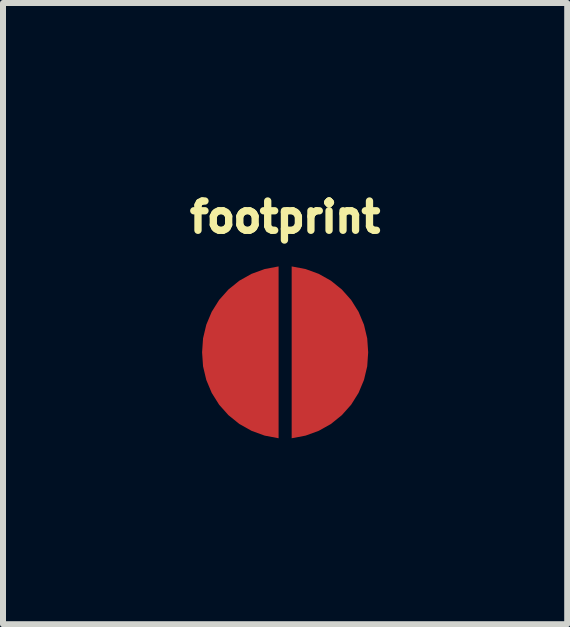
<source format=kicad_pcb>
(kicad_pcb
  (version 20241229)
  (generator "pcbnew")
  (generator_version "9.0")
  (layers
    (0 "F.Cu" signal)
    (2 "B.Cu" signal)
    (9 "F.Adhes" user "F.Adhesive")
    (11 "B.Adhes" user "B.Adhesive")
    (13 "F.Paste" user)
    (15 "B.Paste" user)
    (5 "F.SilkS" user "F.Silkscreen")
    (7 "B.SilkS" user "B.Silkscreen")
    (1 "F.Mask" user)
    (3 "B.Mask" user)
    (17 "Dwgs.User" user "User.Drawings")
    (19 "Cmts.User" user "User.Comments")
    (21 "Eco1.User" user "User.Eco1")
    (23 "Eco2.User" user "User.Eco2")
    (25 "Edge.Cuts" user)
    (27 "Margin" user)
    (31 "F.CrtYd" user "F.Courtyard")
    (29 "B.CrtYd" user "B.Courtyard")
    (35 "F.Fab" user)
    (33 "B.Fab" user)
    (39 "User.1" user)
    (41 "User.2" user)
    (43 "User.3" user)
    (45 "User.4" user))
  (footprint "footprint"
    (layer "F.Cu")
    (at 1.702 2.822)
    (property "Reference" "footprint" (at 0 -1.968 0) (layer "F.SilkS") (effects (font (size 0.488 0.488) (thickness 0.122)) (justify bottom)))
    (fp_poly (pts (xy -0.109 1.432) (xy -0.341 1.388) (xy -0.56 1.308) (xy -0.763 1.194) (xy -0.945 1.047) (xy -1.1 0.873) (xy -1.224 0.675) (xy -1.314 0.46) (xy -1.368 0.233) (xy -1.384 0) (xy -1.368 -0.233) (xy -1.314 -0.46) (xy -1.224 -0.675) (xy -1.1 -0.873) (xy -0.945 -1.047) (xy -0.763 -1.194) (xy -0.56 -1.308) (xy -0.341 -1.388) (xy -0.109 -1.432)) (stroke (width 0) (type solid)) (fill yes) (layer "F.Cu"))
    (fp_poly (pts (xy 0.341 -1.388) (xy 0.56 -1.308) (xy 0.763 -1.194) (xy 0.945 -1.047) (xy 1.1 -0.873) (xy 1.224 -0.675) (xy 1.314 -0.46) (xy 1.368 -0.233) (xy 1.384 0) (xy 1.368 0.233) (xy 1.314 0.46) (xy 1.224 0.675) (xy 1.1 0.873) (xy 0.945 1.047) (xy 0.763 1.194) (xy 0.56 1.308) (xy 0.341 1.388) (xy 0.109 1.432) (xy 0.109 -1.432)) (stroke (width 0) (type solid)) (fill yes) (layer "F.Cu"))
    (fp_poly (pts (xy 0.266 -1.507) (xy 0.524 -1.438) (xy 0.765 -1.326) (xy 0.984 -1.173) (xy 1.173 -0.984) (xy 1.326 -0.765) (xy 1.44 -0.519) (xy 1.531 -0.004) (xy 1.507 0.266) (xy 1.438 0.524) (xy 1.326 0.765) (xy 1.173 0.984) (xy 0.984 1.173) (xy 0.765 1.326) (xy 0.524 1.438) (xy 0.266 1.507) (xy 0 1.531) (xy -0.266 1.507) (xy -0.524 1.438) (xy -0.765 1.326) (xy -0.984 1.173) (xy -1.173 0.984) (xy -1.326 0.765) (xy -1.438 0.524) (xy -1.507 0.266) (xy -1.531 0) (xy -1.507 -0.266) (xy -1.438 -0.524) (xy -1.326 -0.765) (xy -1.173 -0.984) (xy -0.984 -1.173) (xy -0.765 -1.326) (xy -0.524 -1.438) (xy -0.266 -1.507) (xy 0 -1.531)) (stroke (width 0) (type solid)) (fill yes) (layer "F.Mask"))
    (pad "1" smd roundrect (at -1.27 0 270) (size 0.305 0.152) (layers "F.Cu") (roundrect_rratio 0.1))
    (pad "2" smd roundrect (at 1.27 0 90) (size 0.305 0.152) (layers "F.Cu") (roundrect_rratio 0.1)))
  (gr_rect
    (start -3 -3)
    (end 6.403 7.353)
    (stroke (width 0.1) (type default))
    (fill no)
    (layer "Edge.Cuts")))
</source>
